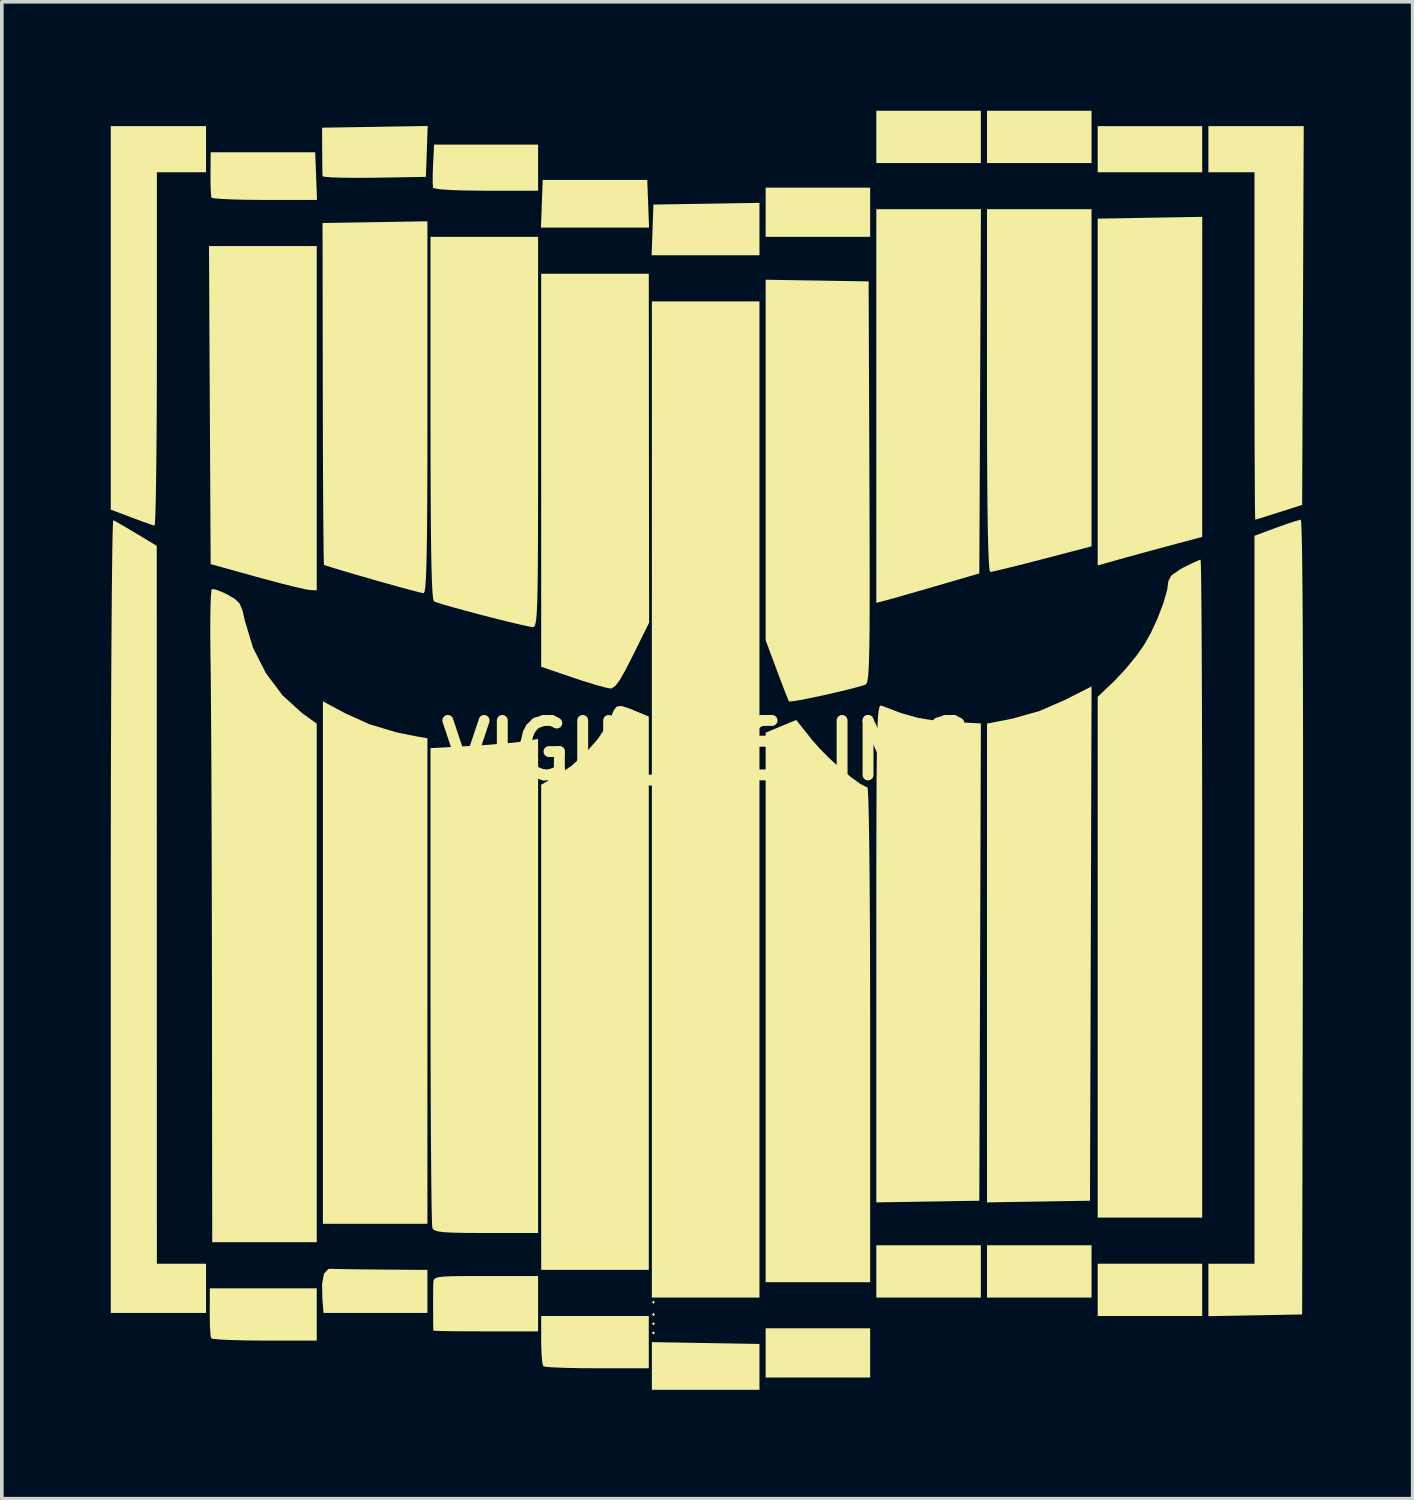
<source format=kicad_pcb>
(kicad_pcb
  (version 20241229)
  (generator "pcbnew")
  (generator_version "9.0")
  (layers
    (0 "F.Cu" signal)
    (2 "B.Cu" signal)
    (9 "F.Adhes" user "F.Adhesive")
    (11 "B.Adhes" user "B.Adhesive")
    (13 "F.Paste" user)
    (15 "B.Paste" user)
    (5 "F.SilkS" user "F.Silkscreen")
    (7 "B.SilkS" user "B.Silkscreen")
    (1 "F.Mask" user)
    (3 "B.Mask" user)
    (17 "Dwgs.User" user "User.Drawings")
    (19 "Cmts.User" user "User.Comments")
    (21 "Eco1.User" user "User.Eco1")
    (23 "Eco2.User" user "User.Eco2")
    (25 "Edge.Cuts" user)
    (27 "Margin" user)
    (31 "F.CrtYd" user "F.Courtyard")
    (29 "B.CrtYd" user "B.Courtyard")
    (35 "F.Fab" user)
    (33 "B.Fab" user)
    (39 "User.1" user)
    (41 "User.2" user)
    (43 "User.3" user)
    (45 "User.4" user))
  (footprint "VIGIL_R6_IMG"
    (layer "F.Cu")
    (at 16.425 17.611)
    (property "Reference" "VIGIL_R6_IMG" (at 0 0 0) (layer "F.SilkS") (effects (font (size 1.5 1.5) (thickness 0.3))))
    (attr board_only exclude_from_pos_files exclude_from_bom)
    (fp_poly (pts (xy -1.439 15.198) (xy -1.482 15.24) (xy -1.524 15.198) (xy -1.482 15.155)) (stroke (width 0) (type solid)) (fill yes) (layer "F.SilkS"))
    (fp_poly (pts (xy -1.439 15.536) (xy -1.482 15.579) (xy -1.524 15.536) (xy -1.482 15.494)) (stroke (width 0) (type solid)) (fill yes) (layer "F.SilkS"))
    (fp_poly (pts (xy -1.439 15.79) (xy -1.482 15.833) (xy -1.524 15.79) (xy -1.482 15.748)) (stroke (width 0) (type solid)) (fill yes) (layer "F.SilkS"))
    (fp_poly (pts (xy -1.439 16.044) (xy -1.482 16.087) (xy -1.524 16.044) (xy -1.482 16.002)) (stroke (width 0) (type solid)) (fill yes) (layer "F.SilkS"))
    (fp_poly (pts (xy -1.626 -15.05) (xy -1.602 -14.393) (xy -3.09 -14.393) (xy -4.579 -14.393) (xy -4.554 -15.05) (xy -4.53 -15.706) (xy -3.09 -15.706) (xy -1.651 -15.706)) (stroke (width 0) (type solid)) (fill yes) (layer "F.SilkS"))
    (fp_poly (pts (xy -0.042 16.323) (xy 1.439 16.348) (xy 1.439 16.979) (xy 1.439 17.611) (xy -0.042 17.611) (xy -1.524 17.611) (xy -1.524 16.954) (xy -1.524 16.298)) (stroke (width 0) (type solid)) (fill yes) (layer "F.SilkS"))
    (fp_poly (pts (xy 1.439 -14.353) (xy 1.439 -13.631) (xy -0.046 -13.631) (xy -1.531 -13.631) (xy -1.506 -14.33) (xy -1.482 -15.028) (xy -0.021 -15.051) (xy 1.439 -15.075)) (stroke (width 0) (type solid)) (fill yes) (layer "F.SilkS"))
    (fp_poly (pts (xy 1.439 1.355) (xy 1.439 15.071) (xy -0.042 15.071) (xy -1.524 15.071) (xy -1.524 1.355) (xy -1.524 -12.361) (xy -0.042 -12.361) (xy 1.439 -12.361)) (stroke (width 0) (type solid)) (fill yes) (layer "F.SilkS"))
    (fp_poly (pts (xy 4.487 -14.817) (xy 4.487 -14.139) (xy 3.048 -14.139) (xy 1.609 -14.139) (xy 1.609 -14.817) (xy 1.609 -15.494) (xy 3.048 -15.494) (xy 4.487 -15.494)) (stroke (width 0) (type solid)) (fill yes) (layer "F.SilkS"))
    (fp_poly (pts (xy 4.487 16.595) (xy 4.487 17.272) (xy 3.048 17.272) (xy 1.609 17.272) (xy 1.609 16.595) (xy 1.609 15.917) (xy 3.048 15.917) (xy 4.487 15.917)) (stroke (width 0) (type solid)) (fill yes) (layer "F.SilkS"))
    (fp_poly (pts (xy 7.535 -16.891) (xy 7.535 -16.171) (xy 6.096 -16.171) (xy 4.657 -16.171) (xy 4.657 -16.891) (xy 4.657 -17.611) (xy 6.096 -17.611) (xy 7.535 -17.611)) (stroke (width 0) (type solid)) (fill yes) (layer "F.SilkS"))
    (fp_poly (pts (xy 7.535 14.351) (xy 7.535 15.071) (xy 6.096 15.071) (xy 4.657 15.071) (xy 4.657 14.351) (xy 4.657 13.631) (xy 6.096 13.631) (xy 7.535 13.631)) (stroke (width 0) (type solid)) (fill yes) (layer "F.SilkS"))
    (fp_poly (pts (xy 10.583 -16.891) (xy 10.583 -16.171) (xy 9.144 -16.171) (xy 7.705 -16.171) (xy 7.705 -16.891) (xy 7.705 -17.611) (xy 9.144 -17.611) (xy 10.583 -17.611)) (stroke (width 0) (type solid)) (fill yes) (layer "F.SilkS"))
    (fp_poly (pts (xy 10.583 14.351) (xy 10.583 15.071) (xy 9.144 15.071) (xy 7.705 15.071) (xy 7.705 14.351) (xy 7.705 13.631) (xy 9.144 13.631) (xy 10.583 13.631)) (stroke (width 0) (type solid)) (fill yes) (layer "F.SilkS"))
    (fp_poly (pts (xy 13.631 -16.552) (xy 13.631 -15.917) (xy 12.192 -15.917) (xy 10.753 -15.917) (xy 10.753 -16.552) (xy 10.753 -17.187) (xy 12.192 -17.187) (xy 13.631 -17.187)) (stroke (width 0) (type solid)) (fill yes) (layer "F.SilkS"))
    (fp_poly (pts (xy 13.631 14.859) (xy 13.631 15.579) (xy 12.192 15.579) (xy 10.753 15.579) (xy 10.753 14.859) (xy 10.753 14.139) (xy 12.192 14.139) (xy 13.631 14.139)) (stroke (width 0) (type solid)) (fill yes) (layer "F.SilkS"))
    (fp_poly (pts (xy 10.563 5.323) (xy 10.541 12.404) (xy 9.123 12.427) (xy 7.705 12.45) (xy 7.705 5.857) (xy 7.705 -0.735) (xy 8.403 -0.871) (xy 9.153 -1.083) (xy 9.843 -1.383) (xy 10.584 -1.758)) (stroke (width 0) (type solid)) (fill yes) (layer "F.SilkS"))
    (fp_poly (pts (xy -9.97 -1.019) (xy -9.302 -0.717) (xy -8.559 -0.494) (xy -8.022 -0.386) (xy -7.705 -0.331) (xy -7.705 6.354) (xy -7.705 13.039) (xy -9.144 13.039) (xy -10.583 13.039) (xy -10.583 5.846) (xy -10.583 -1.348)) (stroke (width 0) (type solid)) (fill yes) (layer "F.SilkS"))
    (fp_poly (pts (xy 13.631 -10.283) (xy 13.631 -5.876) (xy 12.933 -5.69) (xy 12.498 -5.573) (xy 12 -5.438) (xy 11.54 -5.311) (xy 11.493 -5.298) (xy 10.753 -5.091) (xy 10.753 -9.865) (xy 10.753 -14.64) (xy 12.192 -14.665) (xy 13.632 -14.69)) (stroke (width 0) (type solid)) (fill yes) (layer "F.SilkS"))
    (fp_poly (pts (xy -10.753 -9.144) (xy -10.753 -4.403) (xy -10.943 -4.413) (xy -11.089 -4.438) (xy -11.364 -4.502) (xy -11.735 -4.595) (xy -12.169 -4.71) (xy -12.404 -4.774) (xy -13.674 -5.126) (xy -13.697 -9.506) (xy -13.72 -13.885) (xy -12.236 -13.885) (xy -10.753 -13.885)) (stroke (width 0) (type solid)) (fill yes) (layer "F.SilkS"))
    (fp_poly (pts (xy 7.515 -9.885) (xy 7.493 -4.87) (xy 6.28 -4.517) (xy 5.835 -4.388) (xy 5.435 -4.273) (xy 5.113 -4.181) (xy 4.905 -4.124) (xy 4.861 -4.112) (xy 4.657 -4.061) (xy 4.657 -9.481) (xy 4.657 -14.901) (xy 6.097 -14.901) (xy 7.537 -14.901)) (stroke (width 0) (type solid)) (fill yes) (layer "F.SilkS"))
    (fp_poly (pts (xy -4.657 -16.044) (xy -4.657 -15.409) (xy -6.089 -15.409) (xy -6.619 -15.414) (xy -7.048 -15.428) (xy -7.357 -15.449) (xy -7.524 -15.477) (xy -7.549 -15.492) (xy -7.56 -15.615) (xy -7.559 -15.853) (xy -7.549 -16.127) (xy -7.521 -16.679) (xy -6.089 -16.679) (xy -4.657 -16.679)) (stroke (width 0) (type solid)) (fill yes) (layer "F.SilkS"))
    (fp_poly (pts (xy -10.77 -15.812) (xy -10.746 -15.155) (xy -12.183 -15.155) (xy -12.658 -15.159) (xy -13.071 -15.169) (xy -13.392 -15.184) (xy -13.595 -15.202) (xy -13.652 -15.219) (xy -13.667 -15.33) (xy -13.676 -15.561) (xy -13.679 -15.863) (xy -13.678 -15.875) (xy -13.674 -16.468) (xy -12.234 -16.468) (xy -10.795 -16.468)) (stroke (width 0) (type solid)) (fill yes) (layer "F.SilkS"))
    (fp_poly (pts (xy -10.753 15.536) (xy -10.753 16.256) (xy -12.187 16.256) (xy -12.662 16.252) (xy -13.076 16.242) (xy -13.399 16.227) (xy -13.603 16.208) (xy -13.662 16.191) (xy -13.68 16.081) (xy -13.694 15.847) (xy -13.699 15.537) (xy -13.699 15.471) (xy -13.697 14.817) (xy -12.225 14.817) (xy -10.753 14.817)) (stroke (width 0) (type solid)) (fill yes) (layer "F.SilkS"))
    (fp_poly (pts (xy -10.229 14.283) (xy -9.953 14.289) (xy -9.577 14.294) (xy -9.137 14.298) (xy -8.954 14.3) (xy -7.705 14.309) (xy -7.705 14.901) (xy -7.705 15.494) (xy -9.135 15.494) (xy -10.566 15.494) (xy -10.596 15.134) (xy -10.606 14.698) (xy -10.553 14.414) (xy -10.436 14.286) (xy -10.372 14.278)) (stroke (width 0) (type solid)) (fill yes) (layer "F.SilkS"))
    (fp_poly (pts (xy -7.722 -16.491) (xy -7.747 -15.79) (xy -9.165 -15.767) (xy -9.635 -15.763) (xy -10.039 -15.767) (xy -10.352 -15.777) (xy -10.544 -15.794) (xy -10.592 -15.809) (xy -10.596 -15.921) (xy -10.6 -16.154) (xy -10.602 -16.462) (xy -10.603 -16.51) (xy -10.605 -17.145) (xy -9.151 -17.168) (xy -7.698 -17.191)) (stroke (width 0) (type solid)) (fill yes) (layer "F.SilkS"))
    (fp_poly (pts (xy -1.609 16.298) (xy -1.609 17.018) (xy -3.034 17.018) (xy -3.509 17.015) (xy -3.924 17.006) (xy -4.249 16.993) (xy -4.456 16.976) (xy -4.516 16.962) (xy -4.542 16.856) (xy -4.562 16.625) (xy -4.572 16.316) (xy -4.572 16.242) (xy -4.572 15.579) (xy -3.09 15.579) (xy -1.609 15.579)) (stroke (width 0) (type solid)) (fill yes) (layer "F.SilkS"))
    (fp_poly (pts (xy -1.605 -8.319) (xy -1.6 -3.514) (xy -2.049 -2.606) (xy -2.256 -2.201) (xy -2.411 -1.93) (xy -2.53 -1.773) (xy -2.627 -1.707) (xy -2.667 -1.702) (xy -2.814 -1.731) (xy -3.08 -1.804) (xy -3.422 -1.91) (xy -3.704 -2.003) (xy -4.572 -2.3) (xy -4.572 -7.712) (xy -4.572 -13.123) (xy -3.09 -13.123) (xy -1.609 -13.123)) (stroke (width 0) (type solid)) (fill yes) (layer "F.SilkS"))
    (fp_poly (pts (xy -2.167 -1.16) (xy -1.891 -1.047) (xy -1.609 -0.929) (xy -1.609 6.69) (xy -1.609 14.309) (xy -3.09 14.309) (xy -4.572 14.309) (xy -4.572 7.628) (xy -4.572 0.947) (xy -4.123 0.694) (xy -3.733 0.424) (xy -3.345 0.069) (xy -3.002 -0.325) (xy -2.745 -0.711) (xy -2.662 -0.889) (xy -2.578 -1.094) (xy -2.495 -1.202) (xy -2.371 -1.221)) (stroke (width 0) (type solid)) (fill yes) (layer "F.SilkS"))
    (fp_poly (pts (xy 10.583 -10.259) (xy 10.583 -5.616) (xy 9.232 -5.263) (xy 8.775 -5.145) (xy 8.372 -5.044) (xy 8.055 -4.967) (xy 7.851 -4.92) (xy 7.793 -4.911) (xy 7.772 -4.984) (xy 7.754 -5.208) (xy 7.739 -5.583) (xy 7.726 -6.113) (xy 7.717 -6.802) (xy 7.71 -7.651) (xy 7.706 -8.663) (xy 7.705 -9.842) (xy 7.705 -9.906) (xy 7.705 -14.901) (xy 9.144 -14.901) (xy 10.583 -14.901)) (stroke (width 0) (type solid)) (fill yes) (layer "F.SilkS"))
    (fp_poly (pts (xy -13.801 -16.552) (xy -13.801 -15.917) (xy -14.478 -15.917) (xy -15.155 -15.917) (xy -15.155 -11.049) (xy -15.156 -10.159) (xy -15.159 -9.321) (xy -15.164 -8.552) (xy -15.171 -7.865) (xy -15.179 -7.275) (xy -15.188 -6.798) (xy -15.198 -6.448) (xy -15.209 -6.241) (xy -15.219 -6.187) (xy -15.324 -6.219) (xy -15.542 -6.295) (xy -15.827 -6.401) (xy -15.854 -6.411) (xy -16.425 -6.627) (xy -16.425 -11.907) (xy -16.425 -17.187) (xy -15.113 -17.187) (xy -13.801 -17.187)) (stroke (width 0) (type solid)) (fill yes) (layer "F.SilkS"))
    (fp_poly (pts (xy 16.405 -11.972) (xy 16.383 -6.757) (xy 15.748 -6.555) (xy 15.448 -6.46) (xy 15.218 -6.388) (xy 15.099 -6.353) (xy 15.092 -6.351) (xy 15.088 -6.433) (xy 15.084 -6.669) (xy 15.081 -7.045) (xy 15.078 -7.544) (xy 15.075 -8.153) (xy 15.073 -8.855) (xy 15.072 -9.636) (xy 15.071 -10.482) (xy 15.071 -11.134) (xy 15.071 -15.917) (xy 14.436 -15.917) (xy 13.801 -15.917) (xy 13.801 -16.552) (xy 13.801 -17.187) (xy 15.114 -17.187) (xy 16.427 -17.187)) (stroke (width 0) (type solid)) (fill yes) (layer "F.SilkS"))
    (fp_poly (pts (xy -4.657 15.24) (xy -4.657 16.002) (xy -6.096 16.002) (xy -6.569 16.001) (xy -6.977 15.998) (xy -7.293 15.993) (xy -7.489 15.986) (xy -7.541 15.981) (xy -7.544 15.888) (xy -7.547 15.677) (xy -7.548 15.399) (xy -7.548 15.105) (xy -7.546 14.846) (xy -7.543 14.675) (xy -7.543 14.668) (xy -7.536 14.599) (xy -7.505 14.549) (xy -7.427 14.515) (xy -7.278 14.494) (xy -7.034 14.483) (xy -6.67 14.479) (xy -6.164 14.478) (xy -6.096 14.478) (xy -4.657 14.478)) (stroke (width 0) (type solid)) (fill yes) (layer "F.SilkS"))
    (fp_poly (pts (xy 4.805 -1.227) (xy 5.342 -1.023) (xy 5.809 -0.892) (xy 6.28 -0.815) (xy 6.71 -0.782) (xy 7.536 -0.739) (xy 7.515 5.832) (xy 7.493 12.404) (xy 6.075 12.427) (xy 4.657 12.45) (xy 4.657 5.581) (xy 4.657 4.341) (xy 4.657 3.26) (xy 4.659 2.327) (xy 4.661 1.531) (xy 4.664 0.862) (xy 4.669 0.308) (xy 4.675 -0.14) (xy 4.683 -0.494) (xy 4.694 -0.764) (xy 4.706 -0.961) (xy 4.721 -1.095) (xy 4.739 -1.178) (xy 4.76 -1.22) (xy 4.784 -1.232)) (stroke (width 0) (type solid)) (fill yes) (layer "F.SilkS"))
    (fp_poly (pts (xy 2.88 -0.295) (xy 3.104 -0.04) (xy 3.38 0.236) (xy 3.678 0.506) (xy 3.965 0.744) (xy 4.209 0.921) (xy 4.379 1.01) (xy 4.411 1.016) (xy 4.424 1.099) (xy 4.436 1.341) (xy 4.447 1.733) (xy 4.457 2.264) (xy 4.466 2.925) (xy 4.473 3.705) (xy 4.479 4.594) (xy 4.484 5.583) (xy 4.486 6.661) (xy 4.487 7.819) (xy 4.487 7.832) (xy 4.487 14.647) (xy 3.048 14.647) (xy 1.609 14.647) (xy 1.609 7.081) (xy 1.609 -0.485) (xy 2.029 -0.66) (xy 2.45 -0.835)) (stroke (width 0) (type solid)) (fill yes) (layer "F.SilkS"))
    (fp_poly (pts (xy -4.657 6.49) (xy -4.657 13.293) (xy -6.087 13.293) (xy -6.62 13.291) (xy -7.007 13.283) (xy -7.271 13.269) (xy -7.438 13.244) (xy -7.529 13.208) (xy -7.569 13.159) (xy -7.577 13.055) (xy -7.585 12.794) (xy -7.592 12.391) (xy -7.598 11.859) (xy -7.604 11.21) (xy -7.61 10.458) (xy -7.614 9.616) (xy -7.617 8.697) (xy -7.619 7.715) (xy -7.62 6.684) (xy -7.62 6.483) (xy -7.62 -0.059) (xy -6.54 -0.119) (xy -6.087 -0.147) (xy -5.655 -0.181) (xy -5.294 -0.215) (xy -5.059 -0.245) (xy -4.657 -0.312)) (stroke (width 0) (type solid)) (fill yes) (layer "F.SilkS"))
    (fp_poly (pts (xy 16.358 -6.266) (xy 16.368 -6.018) (xy 16.378 -5.609) (xy 16.386 -5.045) (xy 16.393 -4.33) (xy 16.399 -3.47) (xy 16.403 -2.468) (xy 16.406 -1.329) (xy 16.408 -0.058) (xy 16.408 1.34) (xy 16.407 2.861) (xy 16.405 4.5) (xy 16.404 4.593) (xy 16.383 15.536) (xy 15.092 15.56) (xy 13.801 15.583) (xy 13.801 14.861) (xy 13.801 14.139) (xy 14.436 14.139) (xy 15.071 14.139) (xy 15.071 4.116) (xy 15.071 -5.907) (xy 15.668 -6.129) (xy 15.967 -6.235) (xy 16.205 -6.314) (xy 16.338 -6.349) (xy 16.346 -6.35)) (stroke (width 0) (type solid)) (fill yes) (layer "F.SilkS"))
    (fp_poly (pts (xy -16.253 -6.281) (xy -16.047 -6.162) (xy -15.778 -6.003) (xy -15.722 -5.969) (xy -15.158 -5.63) (xy -15.157 4.255) (xy -15.155 14.139) (xy -14.478 14.139) (xy -13.801 14.139) (xy -13.801 14.817) (xy -13.801 15.494) (xy -15.113 15.494) (xy -16.425 15.494) (xy -16.425 4.565) (xy -16.425 3.22) (xy -16.423 1.923) (xy -16.421 0.684) (xy -16.417 -0.487) (xy -16.413 -1.581) (xy -16.408 -2.586) (xy -16.402 -3.494) (xy -16.396 -4.294) (xy -16.389 -4.977) (xy -16.382 -5.532) (xy -16.374 -5.95) (xy -16.365 -6.22) (xy -16.357 -6.333) (xy -16.355 -6.336)) (stroke (width 0) (type solid)) (fill yes) (layer "F.SilkS"))
    (fp_poly (pts (xy 3.027 -12.935) (xy 4.445 -12.912) (xy 4.467 -7.385) (xy 4.471 -6.27) (xy 4.473 -5.313) (xy 4.474 -4.502) (xy 4.473 -3.825) (xy 4.47 -3.269) (xy 4.464 -2.824) (xy 4.455 -2.478) (xy 4.444 -2.218) (xy 4.43 -2.034) (xy 4.412 -1.912) (xy 4.391 -1.842) (xy 4.366 -1.811) (xy 4.361 -1.809) (xy 4.179 -1.752) (xy 3.899 -1.678) (xy 3.556 -1.596) (xy 3.191 -1.513) (xy 2.839 -1.438) (xy 2.54 -1.38) (xy 2.331 -1.347) (xy 2.25 -1.345) (xy 2.209 -1.442) (xy 2.123 -1.661) (xy 2.006 -1.967) (xy 1.914 -2.213) (xy 1.609 -3.029) (xy 1.609 -7.994) (xy 1.609 -12.958)) (stroke (width 0) (type solid)) (fill yes) (layer "F.SilkS"))
    (fp_poly (pts (xy 13.592 -5.166) (xy 13.598 -4.925) (xy 13.604 -4.537) (xy 13.609 -4.012) (xy 13.614 -3.361) (xy 13.618 -2.596) (xy 13.622 -1.727) (xy 13.625 -0.766) (xy 13.628 0.277) (xy 13.63 1.391) (xy 13.631 2.564) (xy 13.631 3.787) (xy 13.631 3.81) (xy 13.631 12.869) (xy 12.192 12.869) (xy 10.753 12.869) (xy 10.753 5.699) (xy 10.753 -1.472) (xy 11.214 -1.912) (xy 11.511 -2.227) (xy 11.816 -2.598) (xy 12.019 -2.884) (xy 12.219 -3.236) (xy 12.406 -3.643) (xy 12.562 -4.054) (xy 12.666 -4.418) (xy 12.7 -4.664) (xy 12.784 -4.816) (xy 13.033 -4.99) (xy 13.121 -5.036) (xy 13.359 -5.153) (xy 13.531 -5.231) (xy 13.586 -5.249)) (stroke (width 0) (type solid)) (fill yes) (layer "F.SilkS"))
    (fp_poly (pts (xy -7.705 -9.442) (xy -7.705 -8.342) (xy -7.707 -7.4) (xy -7.711 -6.607) (xy -7.717 -5.952) (xy -7.725 -5.424) (xy -7.735 -5.013) (xy -7.748 -4.708) (xy -7.764 -4.499) (xy -7.782 -4.375) (xy -7.804 -4.327) (xy -7.811 -4.325) (xy -7.925 -4.35) (xy -8.171 -4.413) (xy -8.52 -4.508) (xy -8.941 -4.626) (xy -9.222 -4.706) (xy -9.665 -4.834) (xy -10.046 -4.946) (xy -10.339 -5.035) (xy -10.515 -5.091) (xy -10.553 -5.106) (xy -10.558 -5.193) (xy -10.563 -5.434) (xy -10.567 -5.814) (xy -10.572 -6.317) (xy -10.576 -6.928) (xy -10.58 -7.632) (xy -10.583 -8.413) (xy -10.585 -9.256) (xy -10.586 -9.826) (xy -10.593 -14.52) (xy -9.149 -14.543) (xy -7.705 -14.567)) (stroke (width 0) (type solid)) (fill yes) (layer "F.SilkS"))
    (fp_poly (pts (xy -13.534 -4.426) (xy -13.335 -4.348) (xy -13.206 -4.284) (xy -13 -4.163) (xy -12.877 -4.04) (xy -12.8 -3.86) (xy -12.732 -3.568) (xy -12.731 -3.564) (xy -12.506 -2.82) (xy -12.153 -2.124) (xy -11.695 -1.513) (xy -11.156 -1.023) (xy -11.139 -1.011) (xy -10.753 -0.733) (xy -10.753 6.407) (xy -10.753 13.547) (xy -12.192 13.547) (xy -13.631 13.547) (xy -13.638 6.456) (xy -13.64 5.321) (xy -13.642 4.195) (xy -13.645 3.095) (xy -13.648 2.04) (xy -13.652 1.045) (xy -13.656 0.129) (xy -13.661 -0.692) (xy -13.666 -1.401) (xy -13.671 -1.98) (xy -13.676 -2.413) (xy -13.678 -2.516) (xy -13.684 -3.063) (xy -13.684 -3.551) (xy -13.678 -3.955) (xy -13.667 -4.252) (xy -13.651 -4.415) (xy -13.642 -4.438)) (stroke (width 0) (type solid)) (fill yes) (layer "F.SilkS"))
    (fp_poly (pts (xy -4.657 -8.763) (xy -4.657 -7.675) (xy -4.658 -6.744) (xy -4.66 -5.958) (xy -4.663 -5.305) (xy -4.667 -4.772) (xy -4.674 -4.348) (xy -4.683 -4.02) (xy -4.695 -3.776) (xy -4.71 -3.605) (xy -4.728 -3.492) (xy -4.75 -3.428) (xy -4.775 -3.398) (xy -4.805 -3.392) (xy -4.936 -3.415) (xy -5.198 -3.473) (xy -5.558 -3.559) (xy -5.983 -3.666) (xy -6.191 -3.72) (xy -6.631 -3.836) (xy -7.014 -3.941) (xy -7.311 -4.027) (xy -7.49 -4.085) (xy -7.525 -4.1) (xy -7.547 -4.168) (xy -7.565 -4.349) (xy -7.581 -4.649) (xy -7.594 -5.076) (xy -7.604 -5.638) (xy -7.611 -6.341) (xy -7.616 -7.193) (xy -7.619 -8.201) (xy -7.62 -9.149) (xy -7.62 -14.139) (xy -6.138 -14.139) (xy -4.657 -14.139)) (stroke (width 0) (type solid)) (fill yes) (layer "F.SilkS")))
  (gr_rect
    (start -3 -3)
    (end 35.852 38.221)
    (stroke (width 0.1) (type default))
    (fill no)
    (layer "Edge.Cuts")))
</source>
